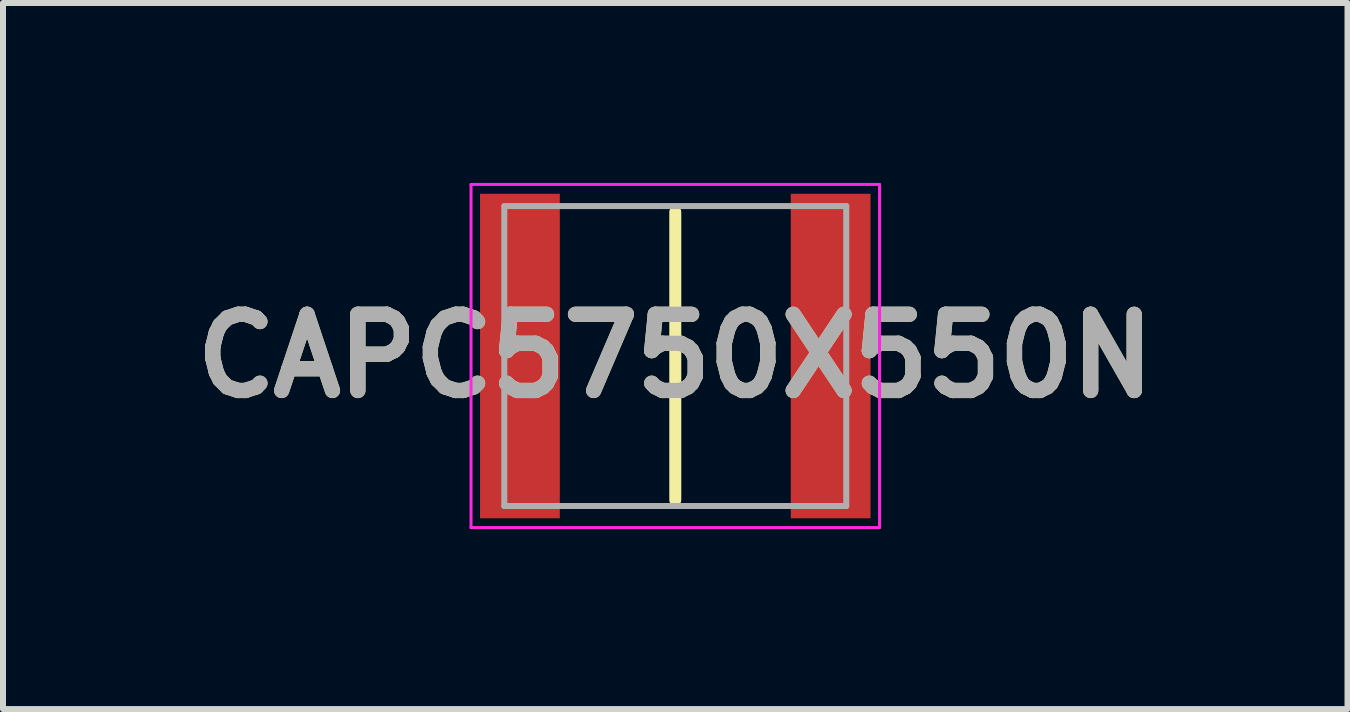
<source format=kicad_pcb>
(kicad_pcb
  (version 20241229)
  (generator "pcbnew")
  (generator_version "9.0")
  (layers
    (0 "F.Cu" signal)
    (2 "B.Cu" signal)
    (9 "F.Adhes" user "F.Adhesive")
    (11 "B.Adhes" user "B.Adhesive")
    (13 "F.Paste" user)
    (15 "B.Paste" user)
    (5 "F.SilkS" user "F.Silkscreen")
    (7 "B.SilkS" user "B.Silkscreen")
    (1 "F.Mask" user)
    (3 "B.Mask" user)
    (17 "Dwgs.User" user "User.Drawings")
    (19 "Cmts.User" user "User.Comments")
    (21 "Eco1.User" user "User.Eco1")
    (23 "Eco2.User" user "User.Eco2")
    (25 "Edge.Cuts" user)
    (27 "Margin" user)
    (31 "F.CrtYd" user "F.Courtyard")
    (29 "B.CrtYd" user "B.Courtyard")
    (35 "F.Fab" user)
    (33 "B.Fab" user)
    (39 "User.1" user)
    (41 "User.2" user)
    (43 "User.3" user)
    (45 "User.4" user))
  (footprint "CAPC5750X550N"
    (layer "F.Cu")
    (at 8.207 2.885)
    (property "Reference" "CAPC5750X550N" (at 0 0 0) (layer "F.SilkS") (effects (font (size 1.27 1.27) (thickness 0.254))))
    (attr smd)
    (fp_line (start 0 -2.4) (end 0 2.4) (stroke (width 0.2) (type solid)) (layer "F.SilkS"))
    (fp_line (start -3.405 -2.86) (end 3.405 -2.86) (stroke (width 0.05) (type solid)) (layer "F.CrtYd"))
    (fp_line (start -3.405 2.86) (end -3.405 -2.86) (stroke (width 0.05) (type solid)) (layer "F.CrtYd"))
    (fp_line (start 3.405 -2.86) (end 3.405 2.86) (stroke (width 0.05) (type solid)) (layer "F.CrtYd"))
    (fp_line (start 3.405 2.86) (end -3.405 2.86) (stroke (width 0.05) (type solid)) (layer "F.CrtYd"))
    (fp_line (start -2.85 -2.5) (end 2.85 -2.5) (stroke (width 0.1) (type solid)) (layer "F.Fab"))
    (fp_line (start -2.85 2.5) (end -2.85 -2.5) (stroke (width 0.1) (type solid)) (layer "F.Fab"))
    (fp_line (start 2.85 -2.5) (end 2.85 2.5) (stroke (width 0.1) (type solid)) (layer "F.Fab"))
    (fp_line (start 2.85 2.5) (end -2.85 2.5) (stroke (width 0.1) (type solid)) (layer "F.Fab"))
    (fp_text user "${REFERENCE}" (at 0 0 0) (layer "F.Fab") (effects (font (size 1.27 1.27) (thickness 0.254))))
    (pad "1" smd rect (at -2.59 0) (size 1.33 5.41) (layers "F.Cu" "F.Mask" "F.Paste"))
    (pad "2" smd rect (at 2.59 0) (size 1.33 5.41) (layers "F.Cu" "F.Mask" "F.Paste")))
  (gr_rect
    (start -3 -3)
    (end 19.413 8.77)
    (stroke (width 0.1) (type default))
    (fill no)
    (layer "Edge.Cuts")))
</source>
